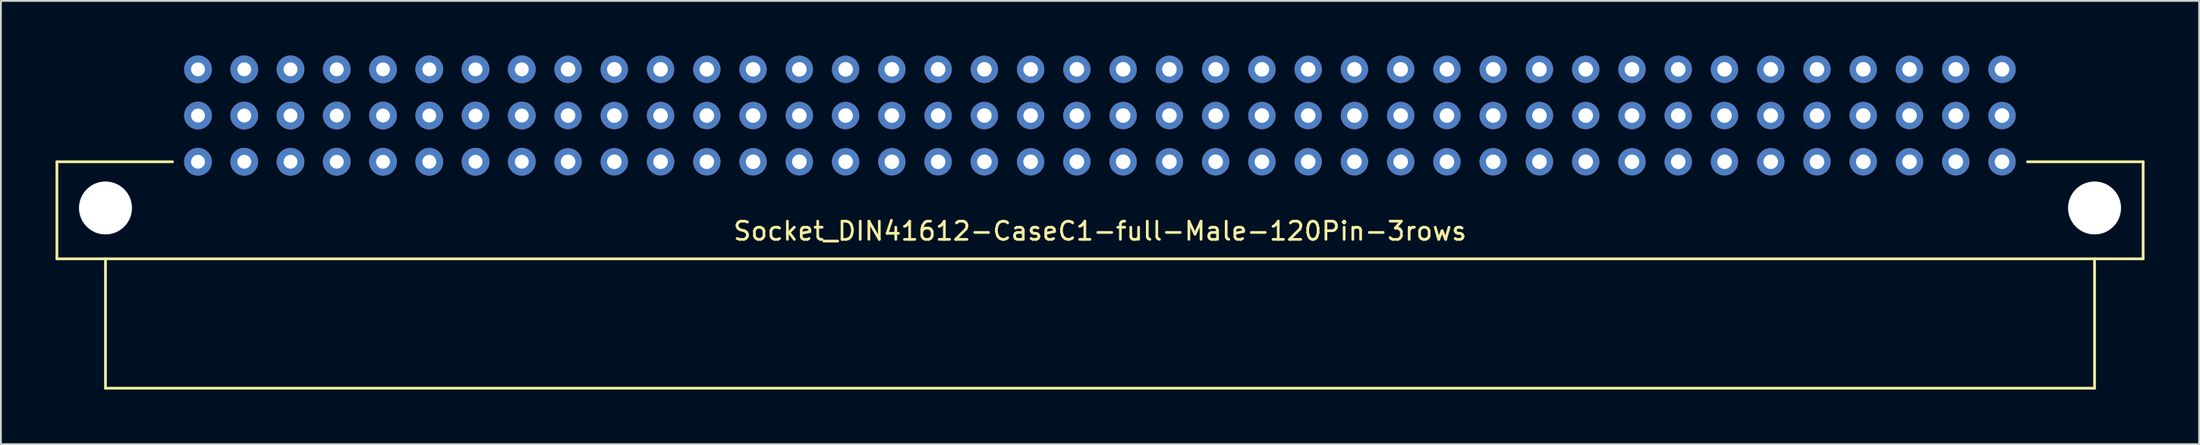
<source format=kicad_pcb>
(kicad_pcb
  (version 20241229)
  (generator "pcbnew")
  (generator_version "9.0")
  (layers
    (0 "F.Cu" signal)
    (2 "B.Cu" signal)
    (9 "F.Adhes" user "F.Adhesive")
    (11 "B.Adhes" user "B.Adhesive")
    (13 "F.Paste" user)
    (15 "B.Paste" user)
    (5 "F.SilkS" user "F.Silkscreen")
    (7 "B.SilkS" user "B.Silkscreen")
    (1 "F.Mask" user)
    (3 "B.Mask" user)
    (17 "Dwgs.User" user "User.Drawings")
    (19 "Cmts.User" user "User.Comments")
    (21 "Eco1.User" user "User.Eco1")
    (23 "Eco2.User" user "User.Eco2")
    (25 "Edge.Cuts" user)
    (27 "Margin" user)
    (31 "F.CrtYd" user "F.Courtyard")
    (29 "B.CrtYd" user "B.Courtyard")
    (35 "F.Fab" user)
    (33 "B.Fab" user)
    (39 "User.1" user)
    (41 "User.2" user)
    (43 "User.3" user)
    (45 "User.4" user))
  (footprint "Socket_DIN41612-CaseC1-full-Male-120Pin-3rows"
    (layer "F.Cu")
    (at 57.352 3.302)
    (property "Reference" "Socket_DIN41612-CaseC1-full-Male-120Pin-3rows" (at 0 6.35 0) (layer "F.SilkS") (effects (font (size 1 1) (thickness 0.15))))
    (attr through_hole)
    (fp_line (start -57.277 2.54) (end -50.927 2.54) (stroke (width 0.15) (type solid)) (layer "F.SilkS"))
    (fp_line (start -57.277 7.874) (end -57.277 2.54) (stroke (width 0.15) (type solid)) (layer "F.SilkS"))
    (fp_line (start -54.61 14.986) (end -54.61 7.874) (stroke (width 0.15) (type solid)) (layer "F.SilkS"))
    (fp_line (start 54.61 7.874) (end 54.61 14.986) (stroke (width 0.15) (type solid)) (layer "F.SilkS"))
    (fp_line (start 54.61 14.986) (end -54.61 14.986) (stroke (width 0.15) (type solid)) (layer "F.SilkS"))
    (fp_line (start 57.277 2.54) (end 50.927 2.54) (stroke (width 0.15) (type solid)) (layer "F.SilkS"))
    (fp_line (start 57.277 2.54) (end 57.277 7.874) (stroke (width 0.15) (type solid)) (layer "F.SilkS"))
    (fp_line (start 57.277 7.874) (end -57.277 7.874) (stroke (width 0.15) (type solid)) (layer "F.SilkS"))
    (pad "1" thru_hole circle (at -54.61 5.08) (size 2.901 2.901) (drill 2.901) (layers "*.Cu" "*.Mask"))
    (pad "1" thru_hole circle (at 54.61 5.08) (size 2.901 2.901) (drill 2.901) (layers "*.Cu" "*.Mask"))
    (pad "1a" thru_hole circle (at 49.53 -2.54 180) (size 1.501 1.501) (drill 0.8) (layers "*.Cu" "*.Mask"))
    (pad "1b" thru_hole circle (at 49.53 0 180) (size 1.501 1.501) (drill 0.8) (layers "*.Cu" "*.Mask"))
    (pad "1c" thru_hole circle (at 49.53 2.54 180) (size 1.501 1.501) (drill 0.8) (layers "*.Cu" "*.Mask"))
    (pad "2a" thru_hole circle (at 46.99 -2.54 180) (size 1.501 1.501) (drill 0.8) (layers "*.Cu" "*.Mask"))
    (pad "2b" thru_hole circle (at 46.99 0 180) (size 1.501 1.501) (drill 0.8) (layers "*.Cu" "*.Mask"))
    (pad "2c" thru_hole circle (at 46.99 2.54 180) (size 1.501 1.501) (drill 0.8) (layers "*.Cu" "*.Mask"))
    (pad "3a" thru_hole circle (at 44.45 -2.54 180) (size 1.501 1.501) (drill 0.8) (layers "*.Cu" "*.Mask"))
    (pad "3b" thru_hole circle (at 44.45 0 180) (size 1.501 1.501) (drill 0.8) (layers "*.Cu" "*.Mask"))
    (pad "3c" thru_hole circle (at 44.45 2.54 180) (size 1.501 1.501) (drill 0.8) (layers "*.Cu" "*.Mask"))
    (pad "4a" thru_hole circle (at 41.91 -2.54 180) (size 1.501 1.501) (drill 0.8) (layers "*.Cu" "*.Mask"))
    (pad "4b" thru_hole circle (at 41.91 0 180) (size 1.501 1.501) (drill 0.8) (layers "*.Cu" "*.Mask"))
    (pad "4c" thru_hole circle (at 41.91 2.54 180) (size 1.501 1.501) (drill 0.8) (layers "*.Cu" "*.Mask"))
    (pad "5a" thru_hole circle (at 39.37 -2.54 180) (size 1.501 1.501) (drill 0.8) (layers "*.Cu" "*.Mask"))
    (pad "5b" thru_hole circle (at 39.37 0 180) (size 1.501 1.501) (drill 0.8) (layers "*.Cu" "*.Mask"))
    (pad "5c" thru_hole circle (at 39.37 2.54 180) (size 1.501 1.501) (drill 0.8) (layers "*.Cu" "*.Mask"))
    (pad "6a" thru_hole circle (at 36.83 -2.54 180) (size 1.501 1.501) (drill 0.8) (layers "*.Cu" "*.Mask"))
    (pad "6b" thru_hole circle (at 36.83 0 180) (size 1.501 1.501) (drill 0.8) (layers "*.Cu" "*.Mask"))
    (pad "6c" thru_hole circle (at 36.83 2.54 180) (size 1.501 1.501) (drill 0.8) (layers "*.Cu" "*.Mask"))
    (pad "7a" thru_hole circle (at 34.29 -2.54 180) (size 1.501 1.501) (drill 0.8) (layers "*.Cu" "*.Mask"))
    (pad "7b" thru_hole circle (at 34.29 0 180) (size 1.501 1.501) (drill 0.8) (layers "*.Cu" "*.Mask"))
    (pad "7c" thru_hole circle (at 34.29 2.54 180) (size 1.501 1.501) (drill 0.8) (layers "*.Cu" "*.Mask"))
    (pad "8a" thru_hole circle (at 31.75 -2.54 180) (size 1.501 1.501) (drill 0.8) (layers "*.Cu" "*.Mask"))
    (pad "8b" thru_hole circle (at 31.75 0 180) (size 1.501 1.501) (drill 0.8) (layers "*.Cu" "*.Mask"))
    (pad "8c" thru_hole circle (at 31.75 2.54 180) (size 1.501 1.501) (drill 0.8) (layers "*.Cu" "*.Mask"))
    (pad "9a" thru_hole circle (at 29.21 -2.54 180) (size 1.501 1.501) (drill 0.8) (layers "*.Cu" "*.Mask"))
    (pad "9b" thru_hole circle (at 29.21 0 180) (size 1.501 1.501) (drill 0.8) (layers "*.Cu" "*.Mask"))
    (pad "9c" thru_hole circle (at 29.21 2.54 180) (size 1.501 1.501) (drill 0.8) (layers "*.Cu" "*.Mask"))
    (pad "10a" thru_hole circle (at 26.67 -2.54 180) (size 1.501 1.501) (drill 0.8) (layers "*.Cu" "*.Mask"))
    (pad "10b" thru_hole circle (at 26.67 0 180) (size 1.501 1.501) (drill 0.8) (layers "*.Cu" "*.Mask"))
    (pad "10c" thru_hole circle (at 26.67 2.54 180) (size 1.501 1.501) (drill 0.8) (layers "*.Cu" "*.Mask"))
    (pad "11a" thru_hole circle (at 24.13 -2.54 180) (size 1.501 1.501) (drill 0.8) (layers "*.Cu" "*.Mask"))
    (pad "11b" thru_hole circle (at 24.13 0 180) (size 1.501 1.501) (drill 0.8) (layers "*.Cu" "*.Mask"))
    (pad "11c" thru_hole circle (at 24.13 2.54 180) (size 1.501 1.501) (drill 0.8) (layers "*.Cu" "*.Mask"))
    (pad "12a" thru_hole circle (at 21.59 -2.54 180) (size 1.501 1.501) (drill 0.8) (layers "*.Cu" "*.Mask"))
    (pad "12b" thru_hole circle (at 21.59 0 180) (size 1.501 1.501) (drill 0.8) (layers "*.Cu" "*.Mask"))
    (pad "12c" thru_hole circle (at 21.59 2.54 180) (size 1.501 1.501) (drill 0.8) (layers "*.Cu" "*.Mask"))
    (pad "13a" thru_hole circle (at 19.05 -2.54 180) (size 1.501 1.501) (drill 0.8) (layers "*.Cu" "*.Mask"))
    (pad "13b" thru_hole circle (at 19.05 0 180) (size 1.501 1.501) (drill 0.8) (layers "*.Cu" "*.Mask"))
    (pad "13c" thru_hole circle (at 19.05 2.54 180) (size 1.501 1.501) (drill 0.8) (layers "*.Cu" "*.Mask"))
    (pad "14a" thru_hole circle (at 16.51 -2.54 180) (size 1.501 1.501) (drill 0.8) (layers "*.Cu" "*.Mask"))
    (pad "14b" thru_hole circle (at 16.51 0 180) (size 1.501 1.501) (drill 0.8) (layers "*.Cu" "*.Mask"))
    (pad "14c" thru_hole circle (at 16.51 2.54 180) (size 1.501 1.501) (drill 0.8) (layers "*.Cu" "*.Mask"))
    (pad "15a" thru_hole circle (at 13.97 -2.54 180) (size 1.501 1.501) (drill 0.8) (layers "*.Cu" "*.Mask"))
    (pad "15b" thru_hole circle (at 13.97 0 180) (size 1.501 1.501) (drill 0.8) (layers "*.Cu" "*.Mask"))
    (pad "15c" thru_hole circle (at 13.97 2.54 180) (size 1.501 1.501) (drill 0.8) (layers "*.Cu" "*.Mask"))
    (pad "16a" thru_hole circle (at 11.43 -2.54 180) (size 1.501 1.501) (drill 0.8) (layers "*.Cu" "*.Mask"))
    (pad "16b" thru_hole circle (at 11.43 0 180) (size 1.501 1.501) (drill 0.8) (layers "*.Cu" "*.Mask"))
    (pad "16c" thru_hole circle (at 11.43 2.54 180) (size 1.501 1.501) (drill 0.8) (layers "*.Cu" "*.Mask"))
    (pad "17a" thru_hole circle (at 8.89 -2.54 180) (size 1.501 1.501) (drill 0.8) (layers "*.Cu" "*.Mask"))
    (pad "17b" thru_hole circle (at 8.89 0 180) (size 1.501 1.501) (drill 0.8) (layers "*.Cu" "*.Mask"))
    (pad "17c" thru_hole circle (at 8.89 2.54 180) (size 1.501 1.501) (drill 0.8) (layers "*.Cu" "*.Mask"))
    (pad "18a" thru_hole circle (at 6.35 -2.54 180) (size 1.501 1.501) (drill 0.8) (layers "*.Cu" "*.Mask"))
    (pad "18b" thru_hole circle (at 6.35 0 180) (size 1.501 1.501) (drill 0.8) (layers "*.Cu" "*.Mask"))
    (pad "18c" thru_hole circle (at 6.35 2.54 180) (size 1.501 1.501) (drill 0.8) (layers "*.Cu" "*.Mask"))
    (pad "19a" thru_hole circle (at 3.81 -2.54 180) (size 1.501 1.501) (drill 0.8) (layers "*.Cu" "*.Mask"))
    (pad "19b" thru_hole circle (at 3.81 0 180) (size 1.501 1.501) (drill 0.8) (layers "*.Cu" "*.Mask"))
    (pad "19c" thru_hole circle (at 3.81 2.54 180) (size 1.501 1.501) (drill 0.8) (layers "*.Cu" "*.Mask"))
    (pad "20a" thru_hole circle (at 1.27 -2.54 180) (size 1.501 1.501) (drill 0.8) (layers "*.Cu" "*.Mask"))
    (pad "20b" thru_hole circle (at 1.27 0 180) (size 1.501 1.501) (drill 0.8) (layers "*.Cu" "*.Mask"))
    (pad "20c" thru_hole circle (at 1.27 2.54 180) (size 1.501 1.501) (drill 0.8) (layers "*.Cu" "*.Mask"))
    (pad "21a" thru_hole circle (at -1.27 -2.54 180) (size 1.501 1.501) (drill 0.8) (layers "*.Cu" "*.Mask"))
    (pad "21b" thru_hole circle (at -1.27 0 180) (size 1.501 1.501) (drill 0.8) (layers "*.Cu" "*.Mask"))
    (pad "21c" thru_hole circle (at -1.27 2.54 180) (size 1.501 1.501) (drill 0.8) (layers "*.Cu" "*.Mask"))
    (pad "22a" thru_hole circle (at -3.81 -2.54 180) (size 1.501 1.501) (drill 0.8) (layers "*.Cu" "*.Mask"))
    (pad "22b" thru_hole circle (at -3.81 0 180) (size 1.501 1.501) (drill 0.8) (layers "*.Cu" "*.Mask"))
    (pad "22c" thru_hole circle (at -3.81 2.54 180) (size 1.501 1.501) (drill 0.8) (layers "*.Cu" "*.Mask"))
    (pad "23a" thru_hole circle (at -6.35 -2.54 180) (size 1.501 1.501) (drill 0.8) (layers "*.Cu" "*.Mask"))
    (pad "23b" thru_hole circle (at -6.35 0 180) (size 1.501 1.501) (drill 0.8) (layers "*.Cu" "*.Mask"))
    (pad "23c" thru_hole circle (at -6.35 2.54 180) (size 1.501 1.501) (drill 0.8) (layers "*.Cu" "*.Mask"))
    (pad "24" thru_hole circle (at -8.89 -2.54 180) (size 1.501 1.501) (drill 0.8) (layers "*.Cu" "*.Mask"))
    (pad "24b" thru_hole circle (at -8.89 0 180) (size 1.501 1.501) (drill 0.8) (layers "*.Cu" "*.Mask"))
    (pad "24c" thru_hole circle (at -8.89 2.54 180) (size 1.501 1.501) (drill 0.8) (layers "*.Cu" "*.Mask"))
    (pad "25a" thru_hole circle (at -11.43 -2.54 180) (size 1.501 1.501) (drill 0.8) (layers "*.Cu" "*.Mask"))
    (pad "25b" thru_hole circle (at -11.43 0 180) (size 1.501 1.501) (drill 0.8) (layers "*.Cu" "*.Mask"))
    (pad "25c" thru_hole circle (at -11.43 2.54 180) (size 1.501 1.501) (drill 0.8) (layers "*.Cu" "*.Mask"))
    (pad "26a" thru_hole circle (at -13.97 -2.54 180) (size 1.501 1.501) (drill 0.8) (layers "*.Cu" "*.Mask"))
    (pad "26b" thru_hole circle (at -13.97 0 180) (size 1.501 1.501) (drill 0.8) (layers "*.Cu" "*.Mask"))
    (pad "26c" thru_hole circle (at -13.97 2.54 180) (size 1.501 1.501) (drill 0.8) (layers "*.Cu" "*.Mask"))
    (pad "27a" thru_hole circle (at -16.51 -2.54 180) (size 1.501 1.501) (drill 0.8) (layers "*.Cu" "*.Mask"))
    (pad "27b" thru_hole circle (at -16.51 0 180) (size 1.501 1.501) (drill 0.8) (layers "*.Cu" "*.Mask"))
    (pad "27c" thru_hole circle (at -16.51 2.54 180) (size 1.501 1.501) (drill 0.8) (layers "*.Cu" "*.Mask"))
    (pad "28a" thru_hole circle (at -19.05 -2.54 180) (size 1.501 1.501) (drill 0.8) (layers "*.Cu" "*.Mask"))
    (pad "28b" thru_hole circle (at -19.05 0 180) (size 1.501 1.501) (drill 0.8) (layers "*.Cu" "*.Mask"))
    (pad "28c" thru_hole circle (at -19.05 2.54 180) (size 1.501 1.501) (drill 0.8) (layers "*.Cu" "*.Mask"))
    (pad "29a" thru_hole circle (at -21.59 -2.54 180) (size 1.501 1.501) (drill 0.8) (layers "*.Cu" "*.Mask"))
    (pad "29b" thru_hole circle (at -21.59 0 180) (size 1.501 1.501) (drill 0.8) (layers "*.Cu" "*.Mask"))
    (pad "29c" thru_hole circle (at -21.59 2.54 180) (size 1.501 1.501) (drill 0.8) (layers "*.Cu" "*.Mask"))
    (pad "30a" thru_hole circle (at -24.13 -2.54 180) (size 1.501 1.501) (drill 0.8) (layers "*.Cu" "*.Mask"))
    (pad "30b" thru_hole circle (at -24.13 0 180) (size 1.501 1.501) (drill 0.8) (layers "*.Cu" "*.Mask"))
    (pad "30c" thru_hole circle (at -24.13 2.54 180) (size 1.501 1.501) (drill 0.8) (layers "*.Cu" "*.Mask"))
    (pad "31a" thru_hole circle (at -26.67 -2.54 180) (size 1.501 1.501) (drill 0.8) (layers "*.Cu" "*.Mask"))
    (pad "31b" thru_hole circle (at -26.67 0 180) (size 1.501 1.501) (drill 0.8) (layers "*.Cu" "*.Mask"))
    (pad "31c" thru_hole circle (at -26.67 2.54 180) (size 1.501 1.501) (drill 0.8) (layers "*.Cu" "*.Mask"))
    (pad "32a" thru_hole circle (at -29.21 -2.54 180) (size 1.501 1.501) (drill 0.8) (layers "*.Cu" "*.Mask"))
    (pad "32b" thru_hole circle (at -29.21 0 180) (size 1.501 1.501) (drill 0.8) (layers "*.Cu" "*.Mask"))
    (pad "32c" thru_hole circle (at -29.21 2.54 180) (size 1.501 1.501) (drill 0.8) (layers "*.Cu" "*.Mask"))
    (pad "33a" thru_hole circle (at -31.75 -2.54) (size 1.524 1.524) (drill 0.762) (layers "*.Cu" "*.Mask"))
    (pad "33b" thru_hole circle (at -31.75 0) (size 1.524 1.524) (drill 0.762) (layers "*.Cu" "*.Mask"))
    (pad "33c" thru_hole circle (at -31.75 2.54) (size 1.524 1.524) (drill 0.762) (layers "*.Cu" "*.Mask"))
    (pad "34a" thru_hole circle (at -34.29 -2.54) (size 1.524 1.524) (drill 0.762) (layers "*.Cu" "*.Mask"))
    (pad "34b" thru_hole circle (at -34.29 0) (size 1.524 1.524) (drill 0.762) (layers "*.Cu" "*.Mask"))
    (pad "34c" thru_hole circle (at -34.29 2.54) (size 1.524 1.524) (drill 0.762) (layers "*.Cu" "*.Mask"))
    (pad "35a" thru_hole circle (at -36.83 -2.54) (size 1.524 1.524) (drill 0.762) (layers "*.Cu" "*.Mask"))
    (pad "35b" thru_hole circle (at -36.83 0) (size 1.524 1.524) (drill 0.762) (layers "*.Cu" "*.Mask"))
    (pad "35c" thru_hole circle (at -36.83 2.54) (size 1.524 1.524) (drill 0.762) (layers "*.Cu" "*.Mask"))
    (pad "36a" thru_hole circle (at -39.37 -2.54) (size 1.524 1.524) (drill 0.762) (layers "*.Cu" "*.Mask"))
    (pad "36b" thru_hole circle (at -39.37 0) (size 1.524 1.524) (drill 0.762) (layers "*.Cu" "*.Mask"))
    (pad "36c" thru_hole circle (at -39.37 2.54) (size 1.524 1.524) (drill 0.762) (layers "*.Cu" "*.Mask"))
    (pad "37a" thru_hole circle (at -41.91 -2.54) (size 1.524 1.524) (drill 0.762) (layers "*.Cu" "*.Mask"))
    (pad "37b" thru_hole circle (at -41.91 0) (size 1.524 1.524) (drill 0.762) (layers "*.Cu" "*.Mask"))
    (pad "37c" thru_hole circle (at -41.91 2.54) (size 1.524 1.524) (drill 0.762) (layers "*.Cu" "*.Mask"))
    (pad "38a" thru_hole circle (at -44.45 -2.54) (size 1.524 1.524) (drill 0.762) (layers "*.Cu" "*.Mask"))
    (pad "38b" thru_hole circle (at -44.45 0) (size 1.524 1.524) (drill 0.762) (layers "*.Cu" "*.Mask"))
    (pad "38c" thru_hole circle (at -44.45 2.54) (size 1.524 1.524) (drill 0.762) (layers "*.Cu" "*.Mask"))
    (pad "39a" thru_hole circle (at -46.99 -2.54) (size 1.524 1.524) (drill 0.762) (layers "*.Cu" "*.Mask"))
    (pad "39b" thru_hole circle (at -46.99 0) (size 1.524 1.524) (drill 0.762) (layers "*.Cu" "*.Mask"))
    (pad "39c" thru_hole circle (at -46.99 2.54) (size 1.524 1.524) (drill 0.762) (layers "*.Cu" "*.Mask"))
    (pad "40a" thru_hole circle (at -49.53 -2.54) (size 1.524 1.524) (drill 0.762) (layers "*.Cu" "*.Mask"))
    (pad "40b" thru_hole circle (at -49.53 0) (size 1.524 1.524) (drill 0.762) (layers "*.Cu" "*.Mask"))
    (pad "40c" thru_hole circle (at -49.53 2.54) (size 1.524 1.524) (drill 0.762) (layers "*.Cu" "*.Mask")))
  (gr_rect
    (start -3 -3)
    (end 117.704 21.363)
    (stroke (width 0.1) (type default))
    (fill no)
    (layer "Edge.Cuts")))
</source>
